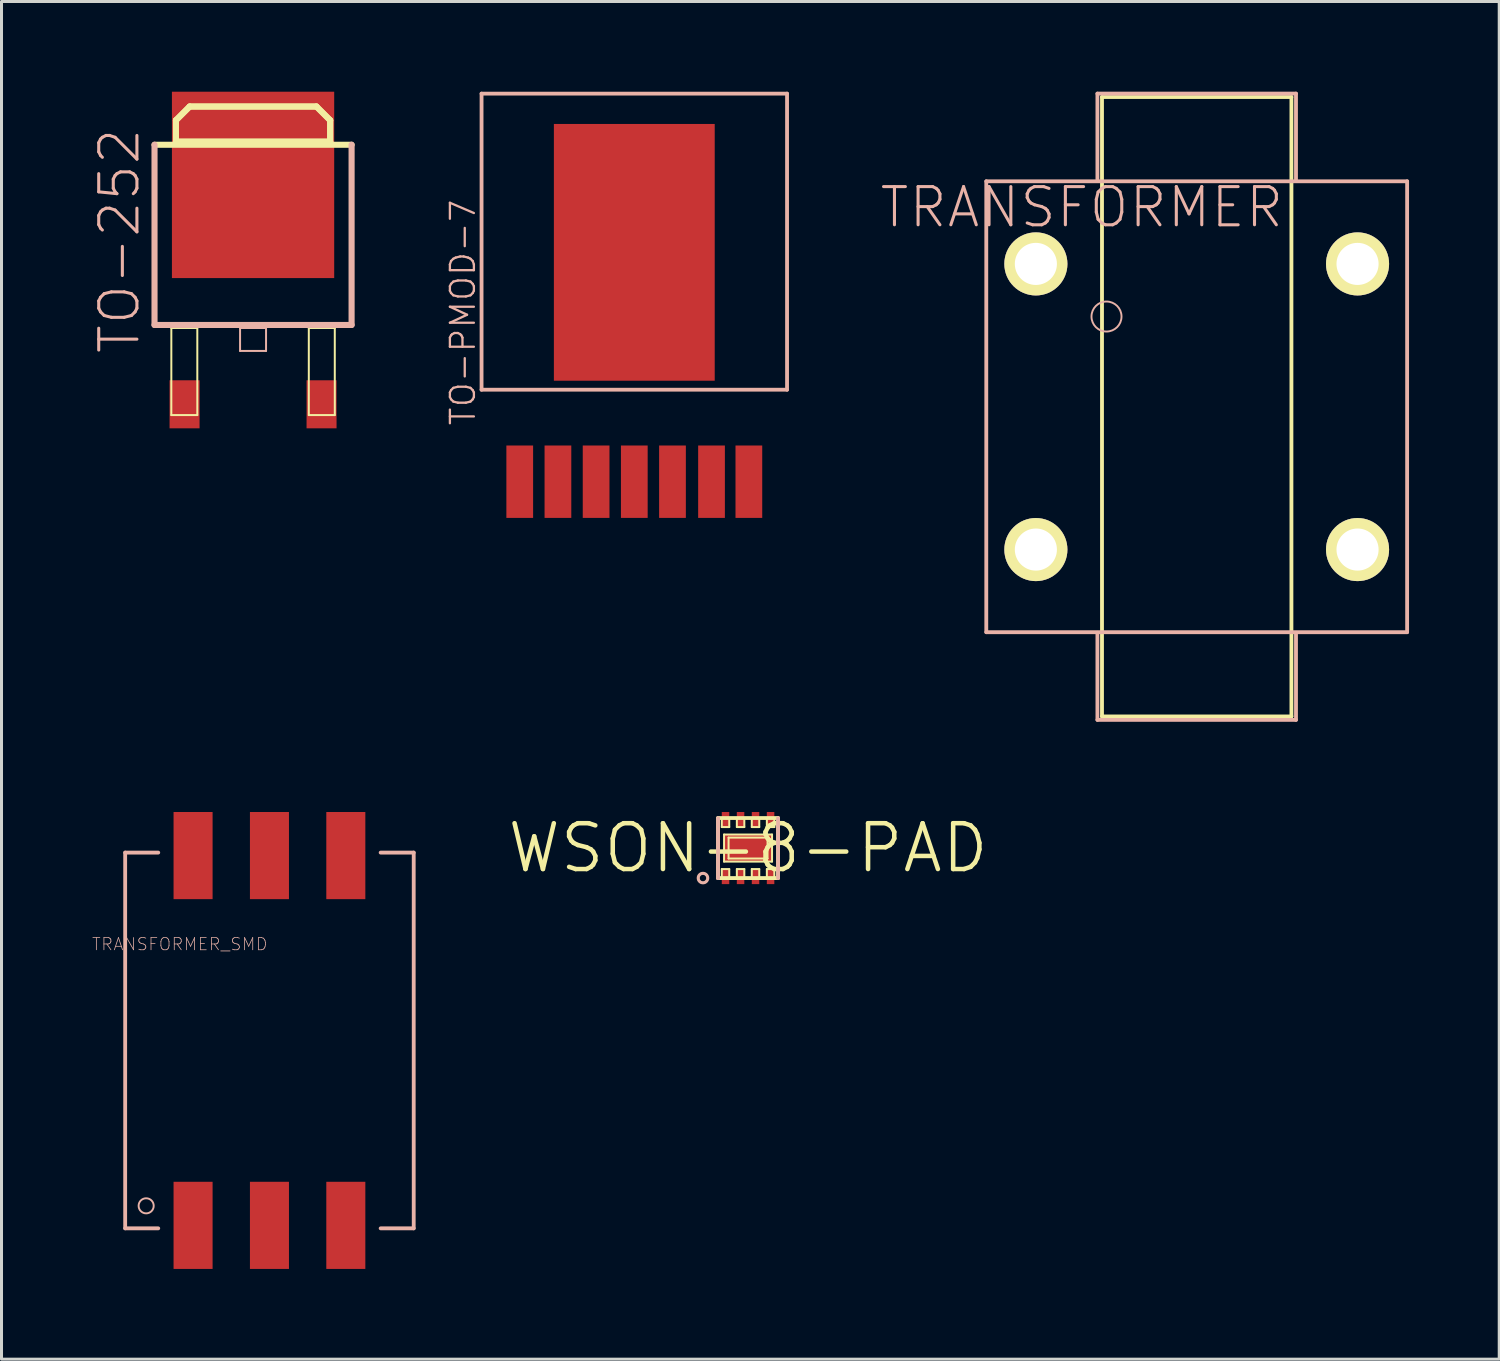
<source format=kicad_pcb>
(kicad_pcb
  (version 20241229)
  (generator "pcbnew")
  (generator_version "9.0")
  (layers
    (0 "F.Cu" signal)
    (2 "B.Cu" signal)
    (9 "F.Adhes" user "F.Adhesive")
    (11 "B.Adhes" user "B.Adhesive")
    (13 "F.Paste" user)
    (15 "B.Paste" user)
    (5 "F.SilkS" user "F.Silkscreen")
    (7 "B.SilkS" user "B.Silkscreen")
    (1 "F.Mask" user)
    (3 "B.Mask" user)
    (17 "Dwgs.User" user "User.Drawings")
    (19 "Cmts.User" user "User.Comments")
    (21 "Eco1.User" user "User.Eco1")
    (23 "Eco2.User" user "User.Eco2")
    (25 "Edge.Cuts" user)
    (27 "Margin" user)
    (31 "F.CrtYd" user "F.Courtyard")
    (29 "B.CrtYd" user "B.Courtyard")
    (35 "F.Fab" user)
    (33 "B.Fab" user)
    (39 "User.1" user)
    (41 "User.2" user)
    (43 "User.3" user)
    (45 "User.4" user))
  (footprint "TRANSFORMER_SMD"
    (layer "F.Cu")
    (at 5.911 31.553)
    (property "Reference" "TRANSFORMER_SMD" (at -2.982 -3.203 0) (layer "B.SilkS") (effects (font (size 0.406 0.406) (thickness 0.025))))
    (attr smd)
    (fp_line (start -4.798 -6.248) (end -4.798 6.248) (stroke (width 0.127) (type solid)) (layer "B.SilkS"))
    (fp_line (start -4.798 -6.248) (end -3.698 -6.248) (stroke (width 0.127) (type solid)) (layer "B.SilkS"))
    (fp_line (start -4.798 6.248) (end -3.698 6.248) (stroke (width 0.127) (type solid)) (layer "B.SilkS"))
    (fp_line (start 3.698 -6.248) (end 4.798 -6.248) (stroke (width 0.127) (type solid)) (layer "B.SilkS"))
    (fp_line (start 3.698 6.248) (end 4.798 6.248) (stroke (width 0.127) (type solid)) (layer "B.SilkS"))
    (fp_line (start 4.798 6.248) (end 4.798 -6.248) (stroke (width 0.127) (type solid)) (layer "B.SilkS"))
    (fp_circle (center -4.1 5.499) (end -4.277 5.677) (stroke (width 0.064) (type solid)) (fill no) (layer "B.SilkS"))
    (pad "1" smd rect (at -2.54 6.149 90) (size 2.898 1.298) (layers "F.Cu" "F.Mask" "F.Paste"))
    (pad "2" smd rect (at 0 6.149 90) (size 2.898 1.298) (layers "F.Cu" "F.Mask" "F.Paste"))
    (pad "3" smd rect (at 2.54 6.149 90) (size 2.898 1.298) (layers "F.Cu" "F.Mask" "F.Paste"))
    (pad "4" smd rect (at 2.54 -6.149 90) (size 2.898 1.298) (layers "F.Cu" "F.Mask" "F.Paste"))
    (pad "5" smd rect (at 0 -6.149 90) (size 2.898 1.298) (layers "F.Cu" "F.Mask" "F.Paste"))
    (pad "6" smd rect (at -2.54 -6.149 90) (size 2.898 1.298) (layers "F.Cu" "F.Mask" "F.Paste")))
  (footprint "TO-PMOD-7"
    (layer "F.Cu")
    (at 18.045 5.342)
    (property "Reference" "TO-PMOD-7" (at -5.7 1.999 90) (layer "B.SilkS") (effects (font (size 0.798 0.798) (thickness 0.076))))
    (attr smd)
    (fp_line (start -5.08 -5.278) (end -5.08 4.569) (stroke (width 0.127) (type solid)) (layer "B.SilkS"))
    (fp_line (start -5.08 -5.278) (end 5.08 -5.278) (stroke (width 0.127) (type solid)) (layer "B.SilkS"))
    (fp_line (start -5.08 4.569) (end 5.08 4.569) (stroke (width 0.127) (type solid)) (layer "B.SilkS"))
    (fp_line (start 5.08 -5.278) (end 5.08 4.569) (stroke (width 0.127) (type solid)) (layer "B.SilkS"))
    (pad "1" smd rect (at -3.81 7.628 90) (size 2.408 0.889) (layers "F.Cu" "F.Mask" "F.Paste"))
    (pad "2" smd rect (at -2.54 7.628 90) (size 2.408 0.889) (layers "F.Cu" "F.Mask" "F.Paste"))
    (pad "3" smd rect (at -1.27 7.628 90) (size 2.408 0.889) (layers "F.Cu" "F.Mask" "F.Paste"))
    (pad "4" smd rect (at 0 7.628 90) (size 2.408 0.889) (layers "F.Cu" "F.Mask" "F.Paste"))
    (pad "5" smd rect (at 1.27 7.628 90) (size 2.408 0.889) (layers "F.Cu" "F.Mask" "F.Paste"))
    (pad "6" smd rect (at 2.568 7.628 90) (size 2.408 0.889) (layers "F.Cu" "F.Mask" "F.Paste"))
    (pad "7" smd rect (at 3.81 7.628 90) (size 2.408 0.889) (layers "F.Cu" "F.Mask" "F.Paste"))
    (pad "EP" smd rect (at 0 0) (size 5.349 8.539) (layers "F.Cu" "F.Mask" "F.Paste")))
  (footprint "TRANSFORMER"
    (layer "F.Cu")
    (at 36.749 10.477)
    (property "Reference" "TRANSFORMER" (at -3.823 -6.634 0) (layer "B.SilkS") (effects (font (size 1.27 1.27) (thickness 0.102))))
    (attr exclude_from_pos_files exclude_from_bom)
    (fp_line (start -3.15 -10.3) (end -3.15 10.3) (stroke (width 0.127) (type solid)) (layer "F.SilkS"))
    (fp_line (start -3.15 10.3) (end 3.15 10.3) (stroke (width 0.127) (type solid)) (layer "F.SilkS"))
    (fp_line (start 3.15 -10.3) (end -3.15 -10.3) (stroke (width 0.127) (type solid)) (layer "F.SilkS"))
    (fp_line (start 3.15 10.3) (end 3.15 -10.3) (stroke (width 0.127) (type solid)) (layer "F.SilkS"))
    (fp_line (start -6.998 -7.498) (end -6.998 7.498) (stroke (width 0.127) (type solid)) (layer "B.SilkS"))
    (fp_line (start -6.998 7.498) (end 6.998 7.498) (stroke (width 0.127) (type solid)) (layer "B.SilkS"))
    (fp_line (start -3.302 -10.414) (end 3.302 -10.414) (stroke (width 0.127) (type solid)) (layer "B.SilkS"))
    (fp_line (start -3.302 -7.544) (end -3.302 -10.414) (stroke (width 0.127) (type solid)) (layer "B.SilkS"))
    (fp_line (start -3.302 7.518) (end -3.302 10.414) (stroke (width 0.127) (type solid)) (layer "B.SilkS"))
    (fp_line (start -3.302 10.414) (end 3.302 10.414) (stroke (width 0.127) (type solid)) (layer "B.SilkS"))
    (fp_line (start 3.302 -10.414) (end 3.302 -7.518) (stroke (width 0.127) (type solid)) (layer "B.SilkS"))
    (fp_line (start 3.302 10.414) (end 3.302 7.518) (stroke (width 0.127) (type solid)) (layer "B.SilkS"))
    (fp_line (start 6.998 -7.498) (end -6.998 -7.498) (stroke (width 0.127) (type solid)) (layer "B.SilkS"))
    (fp_line (start 6.998 7.498) (end 6.998 -7.498) (stroke (width 0.127) (type solid)) (layer "B.SilkS"))
    (fp_circle (center -3 -3) (end -3.353 -3.353) (stroke (width 0.064) (type solid)) (fill no) (layer "B.SilkS"))
    (pad "1" thru_hole circle (at -5.349 -4.75) (size 2.098 2.098) (drill 1.4) (layers "*.Cu" "F.Mask" "F.SilkS" "F.Paste"))
    (pad "2" thru_hole circle (at -5.349 4.75) (size 2.098 2.098) (drill 1.4) (layers "*.Cu" "F.Mask" "F.SilkS" "F.Paste"))
    (pad "3" thru_hole circle (at 5.349 4.75) (size 2.098 2.098) (drill 1.4) (layers "*.Cu" "F.Mask" "F.SilkS" "F.Paste"))
    (pad "4" thru_hole circle (at 5.349 -4.75) (size 2.098 2.098) (drill 1.4) (layers "*.Cu" "F.Mask" "F.SilkS" "F.Paste")))
  (footprint "TO-252"
    (layer "F.Cu")
    (at 5.366 5.598)
    (property "Reference" "TO-252" (at -4.445 -0.635 90) (layer "B.SilkS") (effects (font (size 1.27 1.27) (thickness 0.102))))
    (attr smd)
    (fp_line (start -3.277 -3.833) (end 3.277 -3.833) (stroke (width 0.203) (type solid)) (layer "F.SilkS"))
    (fp_line (start -2.718 2.261) (end -1.854 2.261) (stroke (width 0.066) (type solid)) (layer "F.SilkS"))
    (fp_line (start -2.718 5.156) (end -2.718 2.261) (stroke (width 0.066) (type solid)) (layer "F.SilkS"))
    (fp_line (start -2.718 5.156) (end -1.854 5.156) (stroke (width 0.066) (type solid)) (layer "F.SilkS"))
    (fp_line (start -2.565 -4.648) (end -2.108 -5.105) (stroke (width 0.198) (type solid)) (layer "F.SilkS"))
    (fp_line (start -2.565 -4.648) (end -2.108 -5.105) (stroke (width 0.203) (type solid)) (layer "F.SilkS"))
    (fp_line (start -2.565 -3.937) (end -2.565 -4.648) (stroke (width 0.198) (type solid)) (layer "F.SilkS"))
    (fp_line (start -2.565 -3.937) (end -2.565 -4.648) (stroke (width 0.203) (type solid)) (layer "F.SilkS"))
    (fp_line (start -2.108 -5.105) (end 2.108 -5.105) (stroke (width 0.198) (type solid)) (layer "F.SilkS"))
    (fp_line (start -2.108 -5.105) (end 2.108 -5.105) (stroke (width 0.203) (type solid)) (layer "F.SilkS"))
    (fp_line (start -1.854 5.156) (end -1.854 2.261) (stroke (width 0.066) (type solid)) (layer "F.SilkS"))
    (fp_line (start 1.854 2.261) (end 2.718 2.261) (stroke (width 0.066) (type solid)) (layer "F.SilkS"))
    (fp_line (start 1.854 5.156) (end 1.854 2.261) (stroke (width 0.066) (type solid)) (layer "F.SilkS"))
    (fp_line (start 1.854 5.156) (end 2.718 5.156) (stroke (width 0.066) (type solid)) (layer "F.SilkS"))
    (fp_line (start 2.108 -5.105) (end 2.565 -4.648) (stroke (width 0.198) (type solid)) (layer "F.SilkS"))
    (fp_line (start 2.108 -5.105) (end 2.565 -4.648) (stroke (width 0.203) (type solid)) (layer "F.SilkS"))
    (fp_line (start 2.565 -4.648) (end 2.565 -3.937) (stroke (width 0.198) (type solid)) (layer "F.SilkS"))
    (fp_line (start 2.565 -4.648) (end 2.565 -3.937) (stroke (width 0.203) (type solid)) (layer "F.SilkS"))
    (fp_line (start 2.565 -3.937) (end -2.565 -3.937) (stroke (width 0.198) (type solid)) (layer "F.SilkS"))
    (fp_line (start 2.565 -3.937) (end -2.565 -3.937) (stroke (width 0.203) (type solid)) (layer "F.SilkS"))
    (fp_line (start 2.718 5.156) (end 2.718 2.261) (stroke (width 0.066) (type solid)) (layer "F.SilkS"))
    (fp_line (start -3.277 2.159) (end -3.277 -3.835) (stroke (width 0.203) (type solid)) (layer "B.SilkS"))
    (fp_line (start -0.432 2.261) (end 0.432 2.261) (stroke (width 0.066) (type solid)) (layer "B.SilkS"))
    (fp_line (start -0.432 3.023) (end -0.432 2.261) (stroke (width 0.066) (type solid)) (layer "B.SilkS"))
    (fp_line (start -0.432 3.023) (end 0.432 3.023) (stroke (width 0.066) (type solid)) (layer "B.SilkS"))
    (fp_line (start 0.432 3.023) (end 0.432 2.261) (stroke (width 0.066) (type solid)) (layer "B.SilkS"))
    (fp_line (start 3.277 -3.835) (end 3.277 2.159) (stroke (width 0.203) (type solid)) (layer "B.SilkS"))
    (fp_line (start 3.277 2.159) (end -3.277 2.159) (stroke (width 0.203) (type solid)) (layer "B.SilkS"))
    (pad "1" smd rect (at -2.278 4.798) (size 0.998 1.598) (layers "F.Cu" "F.Mask" "F.Paste"))
    (pad "2" smd rect (at 2.278 4.798) (size 0.998 1.598) (layers "F.Cu" "F.Mask" "F.Paste"))
    (pad "3" smd rect (at 0 -2.499) (size 5.397 6.198) (layers "F.Cu" "F.Mask" "F.Paste")))
  (footprint "WSON-8-PAD"
    (layer "F.Cu")
    (at 21.828 25.154)
    (property "Reference" "WSON-8-PAD" (at 0 0 0) (layer "F.SilkS") (effects (font (size 1.524 1.524) (thickness 0.15))))
    (attr smd)
    (fp_line (start -0.998 -0.998) (end 0.998 -0.998) (stroke (width 0.127) (type solid)) (layer "F.SilkS"))
    (fp_line (start -0.998 0.998) (end -0.998 -0.998) (stroke (width 0.127) (type solid)) (layer "F.SilkS"))
    (fp_line (start -0.874 -0.998) (end -0.625 -0.998) (stroke (width 0.066) (type solid)) (layer "F.SilkS"))
    (fp_line (start -0.874 -0.699) (end -0.874 -0.998) (stroke (width 0.066) (type solid)) (layer "F.SilkS"))
    (fp_line (start -0.874 -0.699) (end -0.625 -0.699) (stroke (width 0.066) (type solid)) (layer "F.SilkS"))
    (fp_line (start -0.874 0.699) (end -0.625 0.699) (stroke (width 0.066) (type solid)) (layer "F.SilkS"))
    (fp_line (start -0.874 0.998) (end -0.874 0.699) (stroke (width 0.066) (type solid)) (layer "F.SilkS"))
    (fp_line (start -0.874 0.998) (end -0.625 0.998) (stroke (width 0.066) (type solid)) (layer "F.SilkS"))
    (fp_line (start -0.798 -0.45) (end 0.798 -0.45) (stroke (width 0.066) (type solid)) (layer "F.SilkS"))
    (fp_line (start -0.798 0.45) (end -0.798 -0.45) (stroke (width 0.066) (type solid)) (layer "F.SilkS"))
    (fp_line (start -0.798 0.45) (end 0.798 0.45) (stroke (width 0.066) (type solid)) (layer "F.SilkS"))
    (fp_line (start -0.648 -0.348) (end 0.648 -0.348) (stroke (width 0.066) (type solid)) (layer "F.SilkS"))
    (fp_line (start -0.648 0.348) (end -0.648 -0.348) (stroke (width 0.066) (type solid)) (layer "F.SilkS"))
    (fp_line (start -0.648 0.348) (end 0.648 0.348) (stroke (width 0.066) (type solid)) (layer "F.SilkS"))
    (fp_line (start -0.625 -0.699) (end -0.625 -0.998) (stroke (width 0.066) (type solid)) (layer "F.SilkS"))
    (fp_line (start -0.625 0.998) (end -0.625 0.699) (stroke (width 0.066) (type solid)) (layer "F.SilkS"))
    (fp_line (start -0.373 -0.998) (end -0.124 -0.998) (stroke (width 0.066) (type solid)) (layer "F.SilkS"))
    (fp_line (start -0.373 -0.699) (end -0.373 -0.998) (stroke (width 0.066) (type solid)) (layer "F.SilkS"))
    (fp_line (start -0.373 -0.699) (end -0.124 -0.699) (stroke (width 0.066) (type solid)) (layer "F.SilkS"))
    (fp_line (start -0.373 0.699) (end -0.124 0.699) (stroke (width 0.066) (type solid)) (layer "F.SilkS"))
    (fp_line (start -0.373 0.998) (end -0.373 0.699) (stroke (width 0.066) (type solid)) (layer "F.SilkS"))
    (fp_line (start -0.373 0.998) (end -0.124 0.998) (stroke (width 0.066) (type solid)) (layer "F.SilkS"))
    (fp_line (start -0.124 -0.699) (end -0.124 -0.998) (stroke (width 0.066) (type solid)) (layer "F.SilkS"))
    (fp_line (start -0.124 0.998) (end -0.124 0.699) (stroke (width 0.066) (type solid)) (layer "F.SilkS"))
    (fp_line (start 0.124 -0.998) (end 0.373 -0.998) (stroke (width 0.066) (type solid)) (layer "F.SilkS"))
    (fp_line (start 0.124 -0.699) (end 0.124 -0.998) (stroke (width 0.066) (type solid)) (layer "F.SilkS"))
    (fp_line (start 0.124 -0.699) (end 0.373 -0.699) (stroke (width 0.066) (type solid)) (layer "F.SilkS"))
    (fp_line (start 0.124 0.699) (end 0.373 0.699) (stroke (width 0.066) (type solid)) (layer "F.SilkS"))
    (fp_line (start 0.124 0.998) (end 0.124 0.699) (stroke (width 0.066) (type solid)) (layer "F.SilkS"))
    (fp_line (start 0.124 0.998) (end 0.373 0.998) (stroke (width 0.066) (type solid)) (layer "F.SilkS"))
    (fp_line (start 0.373 -0.699) (end 0.373 -0.998) (stroke (width 0.066) (type solid)) (layer "F.SilkS"))
    (fp_line (start 0.373 0.998) (end 0.373 0.699) (stroke (width 0.066) (type solid)) (layer "F.SilkS"))
    (fp_line (start 0.625 -0.998) (end 0.874 -0.998) (stroke (width 0.066) (type solid)) (layer "F.SilkS"))
    (fp_line (start 0.625 -0.699) (end 0.625 -0.998) (stroke (width 0.066) (type solid)) (layer "F.SilkS"))
    (fp_line (start 0.625 -0.699) (end 0.874 -0.699) (stroke (width 0.066) (type solid)) (layer "F.SilkS"))
    (fp_line (start 0.625 0.699) (end 0.874 0.699) (stroke (width 0.066) (type solid)) (layer "F.SilkS"))
    (fp_line (start 0.625 0.998) (end 0.625 0.699) (stroke (width 0.066) (type solid)) (layer "F.SilkS"))
    (fp_line (start 0.625 0.998) (end 0.874 0.998) (stroke (width 0.066) (type solid)) (layer "F.SilkS"))
    (fp_line (start 0.648 0.348) (end 0.648 -0.348) (stroke (width 0.066) (type solid)) (layer "F.SilkS"))
    (fp_line (start 0.798 0.45) (end 0.798 -0.45) (stroke (width 0.066) (type solid)) (layer "F.SilkS"))
    (fp_line (start 0.874 -0.699) (end 0.874 -0.998) (stroke (width 0.066) (type solid)) (layer "F.SilkS"))
    (fp_line (start 0.874 0.998) (end 0.874 0.699) (stroke (width 0.066) (type solid)) (layer "F.SilkS"))
    (fp_line (start 0.998 -0.998) (end 0.998 0.998) (stroke (width 0.127) (type solid)) (layer "F.SilkS"))
    (fp_line (start 0.998 0.998) (end -0.998 0.998) (stroke (width 0.127) (type solid)) (layer "F.SilkS"))
    (fp_circle (center -1.499 0.998) (end -1.61 1.11) (stroke (width 0.064) (type solid)) (fill no) (layer "F.SilkS"))
    (fp_line (start -0.998 -0.998) (end -0.998 0.998) (stroke (width 0.127) (type solid)) (layer "B.SilkS"))
    (fp_line (start 0.998 -0.998) (end 0.998 0.998) (stroke (width 0.127) (type solid)) (layer "B.SilkS"))
    (fp_circle (center -1.499 0.998) (end -1.61 1.11) (stroke (width 0.102) (type solid)) (fill no) (layer "B.SilkS"))
    (fp_circle (center -0.998 0.998) (end -1.021 1.021) (stroke (width 0.064) (type solid)) (fill no) (layer "B.SilkS"))
    (pad "1" smd rect (at -0.749 0.95) (size 0.249 0.498) (layers "F.Cu" "F.Mask" "F.Paste"))
    (pad "2" smd rect (at -0.249 0.95) (size 0.249 0.498) (layers "F.Cu" "F.Mask" "F.Paste"))
    (pad "3" smd rect (at 0.249 0.95) (size 0.249 0.498) (layers "F.Cu" "F.Mask" "F.Paste"))
    (pad "4" smd rect (at 0.749 0.95) (size 0.249 0.498) (layers "F.Cu" "F.Mask" "F.Paste"))
    (pad "5" smd rect (at 0.749 -0.95) (size 0.249 0.498) (layers "F.Cu" "F.Mask" "F.Paste"))
    (pad "6" smd rect (at 0.249 -0.95) (size 0.249 0.498) (layers "F.Cu" "F.Mask" "F.Paste"))
    (pad "7" smd rect (at -0.249 -0.95) (size 0.249 0.498) (layers "F.Cu" "F.Mask" "F.Paste"))
    (pad "8" smd rect (at -0.749 -0.95) (size 0.249 0.498) (layers "F.Cu" "F.Mask" "F.Paste"))
    (pad "PAD" smd rect (at 0 0) (size 1.598 0.899) (layers "F.Cu" "F.Mask" "F.Paste")))
  (gr_rect
    (start -3 -3)
    (end 46.81 42.152)
    (stroke (width 0.1) (type default))
    (fill no)
    (layer "Edge.Cuts")))
</source>
